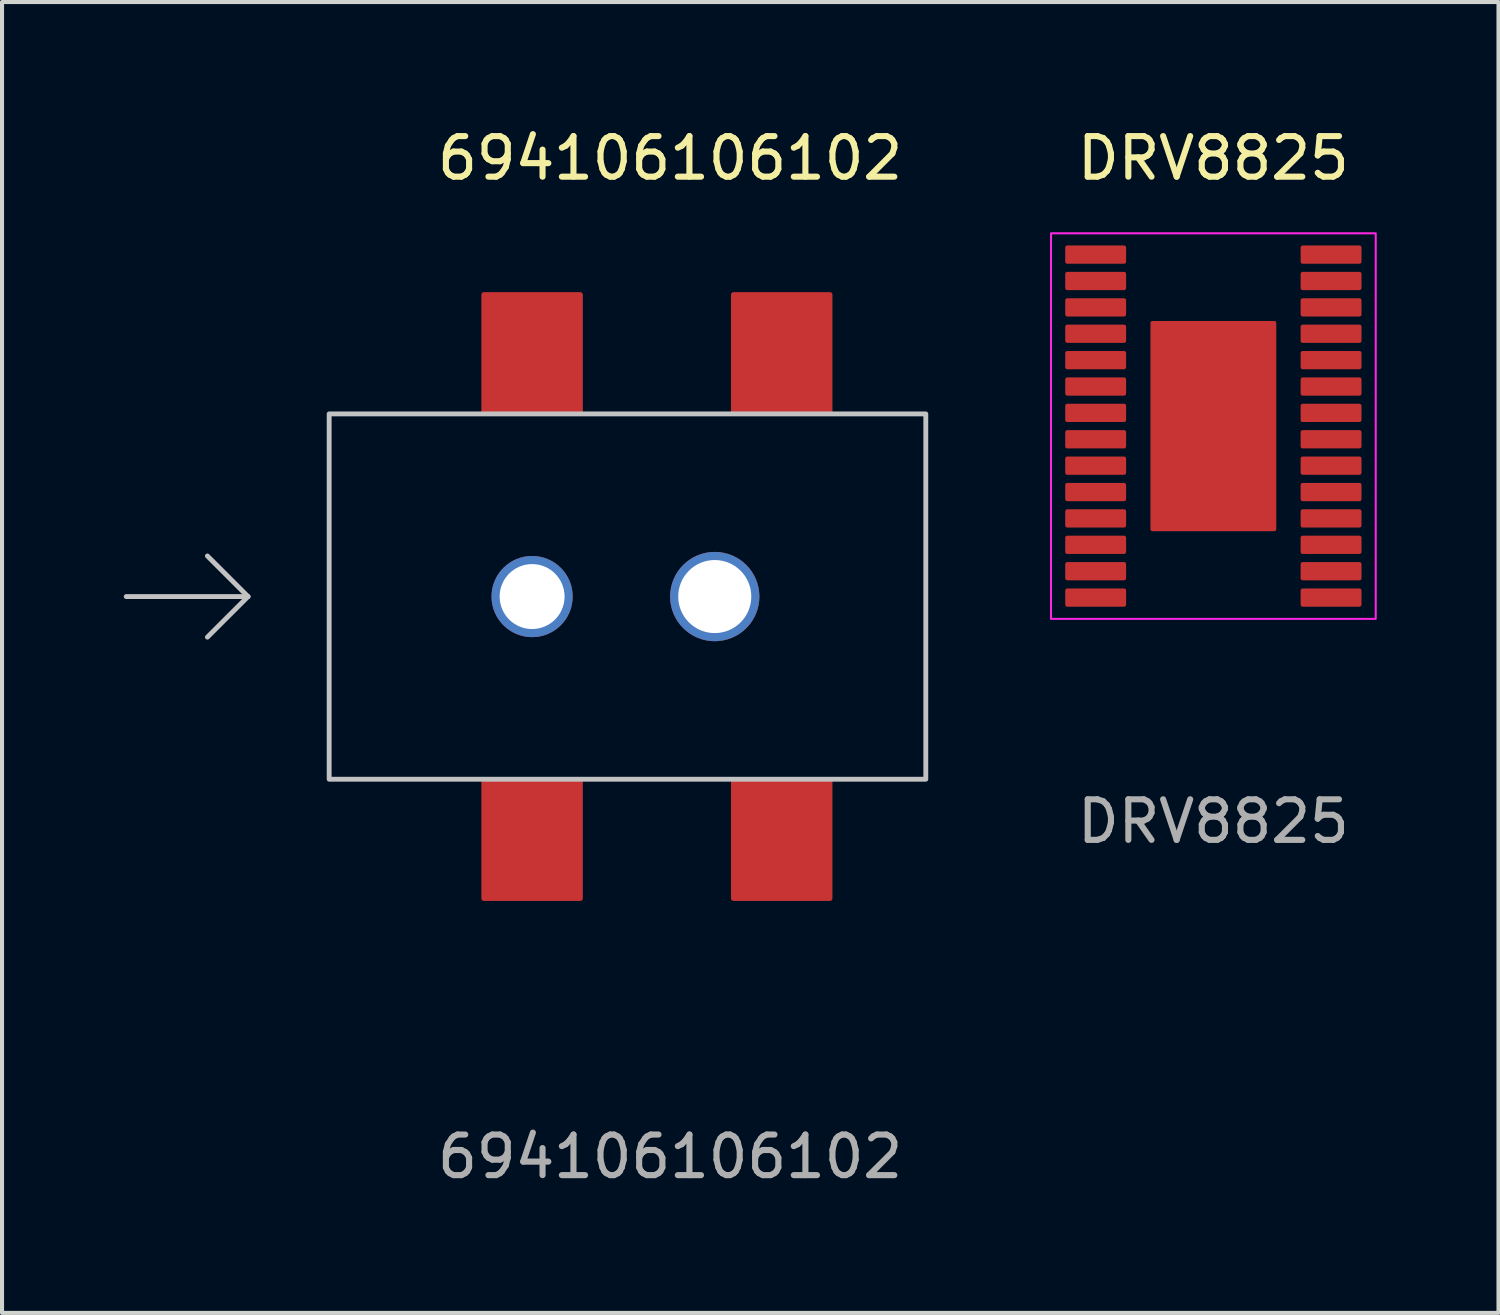
<source format=kicad_pcb>
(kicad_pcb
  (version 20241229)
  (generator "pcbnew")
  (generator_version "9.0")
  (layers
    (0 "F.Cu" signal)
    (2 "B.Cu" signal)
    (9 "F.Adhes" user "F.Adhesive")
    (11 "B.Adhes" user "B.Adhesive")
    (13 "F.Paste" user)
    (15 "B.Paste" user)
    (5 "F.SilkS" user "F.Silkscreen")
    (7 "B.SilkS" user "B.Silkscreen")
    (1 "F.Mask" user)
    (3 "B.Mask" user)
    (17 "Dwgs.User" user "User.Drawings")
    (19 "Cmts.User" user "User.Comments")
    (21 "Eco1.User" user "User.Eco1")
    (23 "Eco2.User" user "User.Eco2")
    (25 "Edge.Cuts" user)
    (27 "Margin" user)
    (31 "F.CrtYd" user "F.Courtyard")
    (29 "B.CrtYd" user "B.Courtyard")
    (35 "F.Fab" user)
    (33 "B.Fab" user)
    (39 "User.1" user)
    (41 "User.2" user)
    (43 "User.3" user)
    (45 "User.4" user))
  (footprint "DRV8825"
    (layer "F.Cu")
    (at 26.845 7.448)
    (property "Reference" "DRV8825" (at 0 -6.6 0) (unlocked yes) (layer "F.SilkS") (effects (font (size 1 1) (thickness 0.15))))
    (attr smd)
    (fp_rect (start -4 -4.75) (end 4 4.75) (stroke (width 0.05) (type default)) (fill no) (layer "F.CrtYd"))
    (fp_text user "${REFERENCE}" (at 0 9.74 0) (unlocked yes) (layer "F.Fab") (effects (font (size 1 1) (thickness 0.15))))
    (pad "1" smd roundrect (at -2.9 -4.225) (size 1.5 0.45) (layers "F.Cu" "F.Mask" "F.Paste") (roundrect_rratio 0.111))
    (pad "2" smd roundrect (at -2.9 -3.575) (size 1.5 0.45) (layers "F.Cu" "F.Mask" "F.Paste") (roundrect_rratio 0.111))
    (pad "3" smd roundrect (at -2.9 -2.925) (size 1.5 0.45) (layers "F.Cu" "F.Mask" "F.Paste") (roundrect_rratio 0.111))
    (pad "4" smd roundrect (at -2.9 -2.275) (size 1.5 0.45) (layers "F.Cu" "F.Mask" "F.Paste") (roundrect_rratio 0.111))
    (pad "5" smd roundrect (at -2.9 -1.625) (size 1.5 0.45) (layers "F.Cu" "F.Mask" "F.Paste") (roundrect_rratio 0.111))
    (pad "6" smd roundrect (at -2.9 -0.975) (size 1.5 0.45) (layers "F.Cu" "F.Mask" "F.Paste") (roundrect_rratio 0.111))
    (pad "7" smd roundrect (at -2.9 -0.325) (size 1.5 0.45) (layers "F.Cu" "F.Mask" "F.Paste") (roundrect_rratio 0.111))
    (pad "8" smd roundrect (at -2.9 0.325) (size 1.5 0.45) (layers "F.Cu" "F.Mask" "F.Paste") (roundrect_rratio 0.111))
    (pad "9" smd roundrect (at -2.9 0.975) (size 1.5 0.45) (layers "F.Cu" "F.Mask" "F.Paste") (roundrect_rratio 0.111))
    (pad "10" smd roundrect (at -2.9 1.625) (size 1.5 0.45) (layers "F.Cu" "F.Mask" "F.Paste") (roundrect_rratio 0.111))
    (pad "11" smd roundrect (at -2.9 2.275) (size 1.5 0.45) (layers "F.Cu" "F.Mask" "F.Paste") (roundrect_rratio 0.111))
    (pad "12" smd roundrect (at -2.9 2.925) (size 1.5 0.45) (layers "F.Cu" "F.Mask" "F.Paste") (roundrect_rratio 0.111))
    (pad "13" smd roundrect (at -2.9 3.575) (size 1.5 0.45) (layers "F.Cu" "F.Mask" "F.Paste") (roundrect_rratio 0.111))
    (pad "14" smd roundrect (at -2.9 4.225) (size 1.5 0.45) (layers "F.Cu" "F.Mask" "F.Paste") (roundrect_rratio 0.111))
    (pad "15" smd roundrect (at 2.9 4.225 180) (size 1.5 0.45) (layers "F.Cu" "F.Mask" "F.Paste") (roundrect_rratio 0.111))
    (pad "16" smd roundrect (at 2.9 3.575 180) (size 1.5 0.45) (layers "F.Cu" "F.Mask" "F.Paste") (roundrect_rratio 0.111))
    (pad "17" smd roundrect (at 2.9 2.925 180) (size 1.5 0.45) (layers "F.Cu" "F.Mask" "F.Paste") (roundrect_rratio 0.111))
    (pad "18" smd roundrect (at 2.9 2.275 180) (size 1.5 0.45) (layers "F.Cu" "F.Mask" "F.Paste") (roundrect_rratio 0.111))
    (pad "19" smd roundrect (at 2.9 1.625 180) (size 1.5 0.45) (layers "F.Cu" "F.Mask" "F.Paste") (roundrect_rratio 0.111))
    (pad "20" smd roundrect (at 2.9 0.975 180) (size 1.5 0.45) (layers "F.Cu" "F.Mask" "F.Paste") (roundrect_rratio 0.111))
    (pad "21" smd roundrect (at 2.9 0.325 180) (size 1.5 0.45) (layers "F.Cu" "F.Mask" "F.Paste") (roundrect_rratio 0.111))
    (pad "22" smd roundrect (at 2.9 -0.325 180) (size 1.5 0.45) (layers "F.Cu" "F.Mask" "F.Paste") (roundrect_rratio 0.111))
    (pad "23" smd roundrect (at 2.9 -0.975 180) (size 1.5 0.45) (layers "F.Cu" "F.Mask" "F.Paste") (roundrect_rratio 0.111))
    (pad "24" smd roundrect (at 2.9 -1.625 180) (size 1.5 0.45) (layers "F.Cu" "F.Mask" "F.Paste") (roundrect_rratio 0.111))
    (pad "25" smd roundrect (at 2.9 -2.275 180) (size 1.5 0.45) (layers "F.Cu" "F.Mask" "F.Paste") (roundrect_rratio 0.111))
    (pad "26" smd roundrect (at 2.9 -2.925 180) (size 1.5 0.45) (layers "F.Cu" "F.Mask" "F.Paste") (roundrect_rratio 0.111))
    (pad "27" smd roundrect (at 2.9 -3.575 180) (size 1.5 0.45) (layers "F.Cu" "F.Mask" "F.Paste") (roundrect_rratio 0.111))
    (pad "28" smd roundrect (at 2.9 -4.225 180) (size 1.5 0.45) (layers "F.Cu" "F.Mask" "F.Paste") (roundrect_rratio 0.111))
    (pad "29" smd roundrect (at 0 0) (size 3.1 5.18) (layers "F.Cu" "F.Mask" "F.Paste") (roundrect_rratio 0.016)))
  (footprint "694106106102"
    (layer "F.Cu")
    (at 5.06 11.648)
    (property "Reference" "694106106102" (at 8.4 -10.8 0) (unlocked yes) (layer "F.SilkS") (effects (font (size 1 1) (thickness 0.15))))
    (attr smd)
    (fp_line (start -5 0) (end -2 0) (stroke (width 0.12) (type default)) (layer "Dwgs.User"))
    (fp_line (start -2 0) (end -3 -1) (stroke (width 0.12) (type default)) (layer "Dwgs.User"))
    (fp_line (start -2 0) (end -3 1) (stroke (width 0.12) (type default)) (layer "Dwgs.User"))
    (fp_rect (start 0 -4.5) (end 14.7 4.5) (stroke (width 0.12) (type default)) (fill no) (layer "Dwgs.User"))
    (fp_text user "${REFERENCE}" (at 8.4 13.8 0) (unlocked yes) (layer "F.Fab") (effects (font (size 1 1) (thickness 0.15))))
    (pad "" thru_hole circle (at 5 0) (size 2 2) (drill 1.6) (layers "*.Cu" "*.Mask"))
    (pad "" thru_hole circle (at 9.5 0) (size 2.2 2.2) (drill 1.8) (layers "*.Cu" "*.Mask"))
    (pad "1" smd roundrect (at 5 6) (size 2.5 3) (layers "F.Cu" "F.Mask" "F.Paste") (roundrect_rratio 0.025))
    (pad "1" smd roundrect (at 11.15 6) (size 2.5 3) (layers "F.Cu" "F.Mask" "F.Paste") (roundrect_rratio 0.025))
    (pad "2" smd roundrect (at 5 -6) (size 2.5 3) (layers "F.Cu" "F.Mask" "F.Paste") (roundrect_rratio 0.025))
    (pad "3" smd roundrect (at 11.15 -6) (size 2.5 3) (layers "F.Cu" "F.Mask" "F.Paste") (roundrect_rratio 0.025)))
  (gr_rect
    (start -3 -3)
    (end 33.87 29.297)
    (stroke (width 0.1) (type default))
    (fill no)
    (layer "Edge.Cuts")))
</source>
